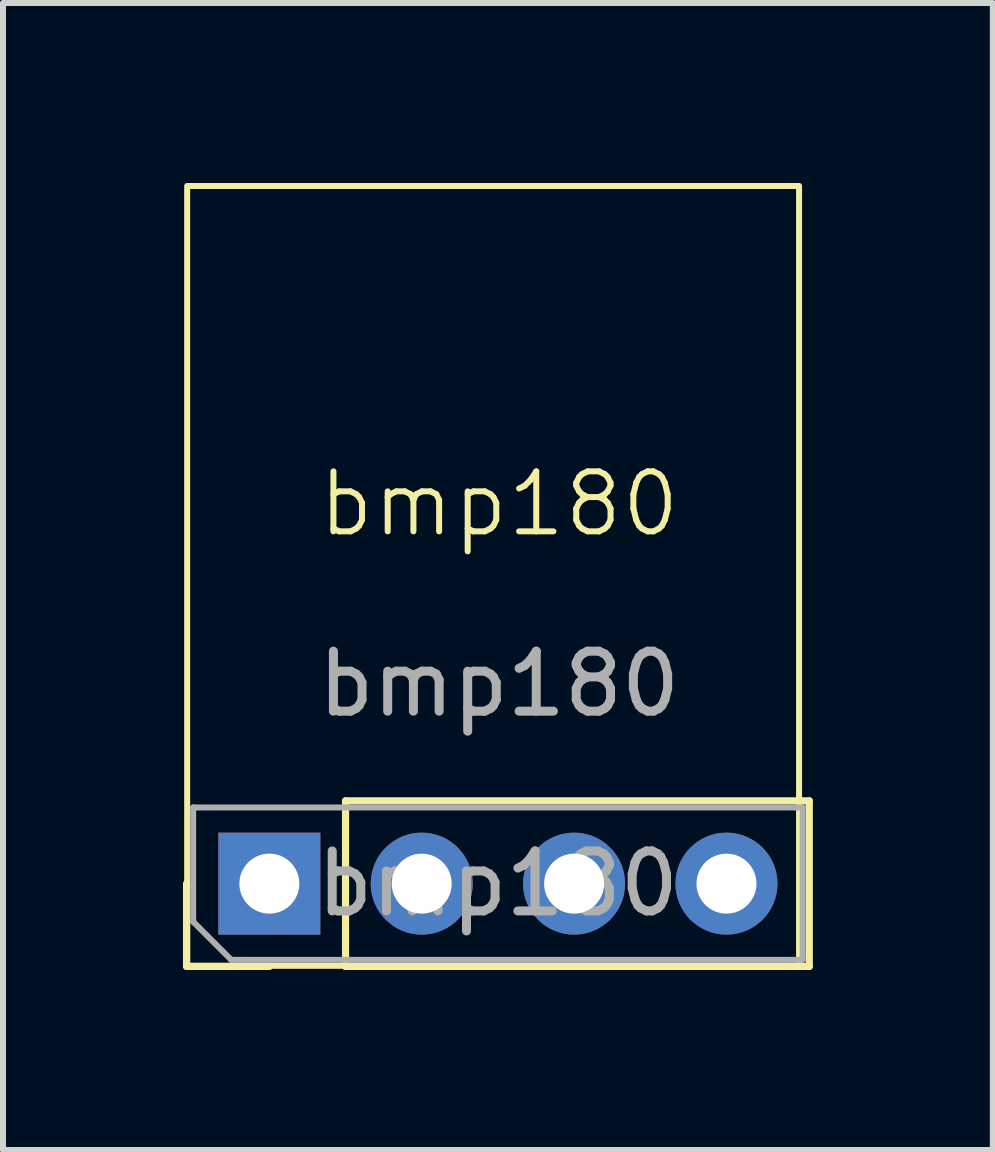
<source format=kicad_pcb>
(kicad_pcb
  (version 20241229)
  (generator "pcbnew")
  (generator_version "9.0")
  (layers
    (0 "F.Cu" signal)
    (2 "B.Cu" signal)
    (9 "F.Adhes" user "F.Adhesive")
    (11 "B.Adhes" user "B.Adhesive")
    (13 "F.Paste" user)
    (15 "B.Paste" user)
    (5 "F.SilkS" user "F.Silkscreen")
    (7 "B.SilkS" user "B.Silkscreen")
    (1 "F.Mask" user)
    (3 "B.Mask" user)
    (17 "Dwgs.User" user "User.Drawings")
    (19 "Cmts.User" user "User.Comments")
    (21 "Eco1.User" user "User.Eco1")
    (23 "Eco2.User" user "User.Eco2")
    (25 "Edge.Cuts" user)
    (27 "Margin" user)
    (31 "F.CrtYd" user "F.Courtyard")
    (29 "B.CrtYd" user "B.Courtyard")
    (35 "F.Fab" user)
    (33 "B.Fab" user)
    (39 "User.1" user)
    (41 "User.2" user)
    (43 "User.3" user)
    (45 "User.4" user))
  (footprint "bmp180"
    (layer "F.Cu")
    (at 5.27 5.85)
    (property "Reference" "bmp180" (at 0 -0.5 0) (unlocked yes) (layer "F.SilkS") (effects (font (size 1 1) (thickness 0.1))))
    (attr smd)
    (fp_line (start -5.21 7.21) (end -5.21 5.83) (stroke (width 0.12) (type solid)) (layer "F.SilkS"))
    (fp_line (start -3.83 7.21) (end -5.21 7.21) (stroke (width 0.12) (type solid)) (layer "F.SilkS"))
    (fp_line (start -2.56 4.45) (end 5.17 4.45) (stroke (width 0.12) (type solid)) (layer "F.SilkS"))
    (fp_line (start -2.56 7.21) (end -2.56 4.45) (stroke (width 0.12) (type solid)) (layer "F.SilkS"))
    (fp_line (start -2.56 7.21) (end 5.17 7.21) (stroke (width 0.12) (type solid)) (layer "F.SilkS"))
    (fp_line (start 5.17 7.21) (end 5.17 4.45) (stroke (width 0.12) (type solid)) (layer "F.SilkS"))
    (fp_rect (start -5.2 -5.8) (end 5 7.2) (stroke (width 0.1) (type solid)) (fill no) (layer "F.SilkS"))
    (fp_line (start -5.1 4.56) (end 5.06 4.56) (stroke (width 0.1) (type solid)) (layer "F.Fab"))
    (fp_line (start -5.1 6.465) (end -5.1 4.56) (stroke (width 0.1) (type solid)) (layer "F.Fab"))
    (fp_line (start -4.465 7.1) (end -5.1 6.465) (stroke (width 0.1) (type solid)) (layer "F.Fab"))
    (fp_line (start 5.06 4.56) (end 5.06 7.1) (stroke (width 0.1) (type solid)) (layer "F.Fab"))
    (fp_line (start 5.06 7.1) (end -4.465 7.1) (stroke (width 0.1) (type solid)) (layer "F.Fab"))
    (fp_text user "${REFERENCE}" (at 0 2.5 0) (unlocked yes) (layer "F.Fab") (effects (font (size 1 1) (thickness 0.15))))
    (fp_text user "${REFERENCE}" (at -0.02 5.83 180) (layer "F.Fab") (effects (font (size 1 1) (thickness 0.15))))
    (pad "1" thru_hole rect (at -3.83 5.83 90) (size 1.7 1.7) (drill 1) (layers "*.Cu" "*.Mask"))
    (pad "2" thru_hole circle (at -1.29 5.83 90) (size 1.7 1.7) (drill 1) (layers "*.Cu" "*.Mask"))
    (pad "3" thru_hole circle (at 1.25 5.83 90) (size 1.7 1.7) (drill 1) (layers "*.Cu" "*.Mask"))
    (pad "4" thru_hole circle (at 3.79 5.83 90) (size 1.7 1.7) (drill 1) (layers "*.Cu" "*.Mask")))
  (gr_rect
    (start -3 -3)
    (end 13.5 16.12)
    (stroke (width 0.1) (type default))
    (fill no)
    (layer "Edge.Cuts")))
</source>
